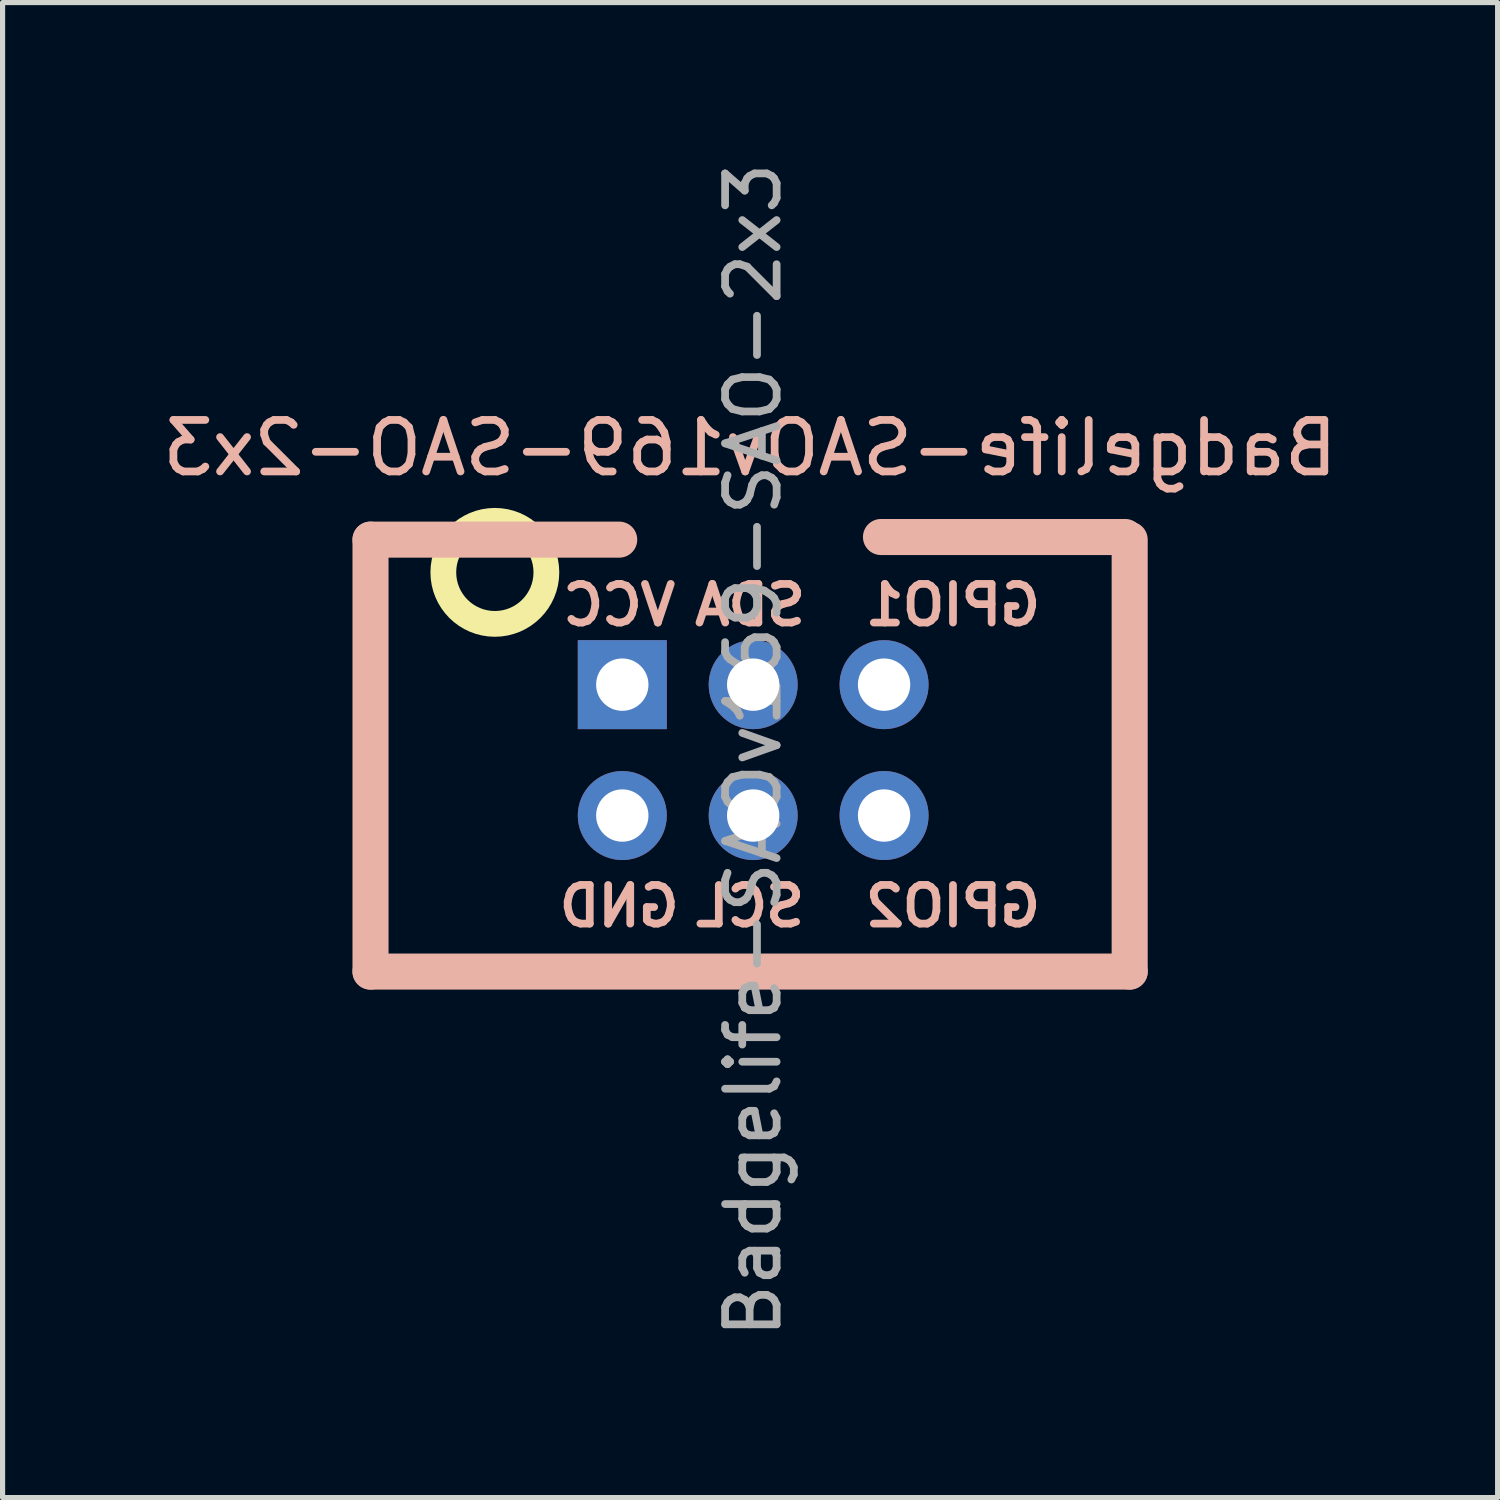
<source format=kicad_pcb>
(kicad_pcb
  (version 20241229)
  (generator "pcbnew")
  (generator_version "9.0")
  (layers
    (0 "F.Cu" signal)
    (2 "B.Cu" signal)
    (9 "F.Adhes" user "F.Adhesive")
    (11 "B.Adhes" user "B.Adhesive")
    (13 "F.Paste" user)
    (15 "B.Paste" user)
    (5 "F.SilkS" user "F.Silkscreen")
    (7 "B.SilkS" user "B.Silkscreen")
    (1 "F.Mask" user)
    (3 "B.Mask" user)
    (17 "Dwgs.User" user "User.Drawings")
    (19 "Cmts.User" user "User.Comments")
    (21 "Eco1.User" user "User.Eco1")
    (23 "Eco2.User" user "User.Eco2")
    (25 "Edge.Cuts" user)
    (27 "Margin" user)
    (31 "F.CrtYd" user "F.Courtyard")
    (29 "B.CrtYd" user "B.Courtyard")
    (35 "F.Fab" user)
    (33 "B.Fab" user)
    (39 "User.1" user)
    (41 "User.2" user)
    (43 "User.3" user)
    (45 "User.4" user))
  (footprint "Badgelife-SAOv169-SAO-2x3"
    (layer "F.Cu")
    (at 11.506 11.486)
    (property "Reference" "Badgelife-SAOv169-SAO-2x3" (at 0 -5.842 0) (layer "B.SilkS") (effects (font (size 1 1) (thickness 0.15)) (justify mirror)))
    (attr through_hole)
    (fp_circle (center -4.953 -3.429) (end -3.953 -3.429) (stroke (width 0.5) (type solid)) (fill no) (layer "F.SilkS"))
    (fp_line (start -7.366 -4.064) (end -7.366 4.318) (stroke (width 0.7) (type solid)) (layer "B.SilkS"))
    (fp_line (start -7.366 4.318) (end 7.366 4.318) (stroke (width 0.7) (type solid)) (layer "B.SilkS"))
    (fp_line (start -2.54 -4.064) (end -7.366 -4.064) (stroke (width 0.7) (type solid)) (layer "B.SilkS"))
    (fp_line (start 7.28 -4.115) (end 2.54 -4.115) (stroke (width 0.7) (type solid)) (layer "B.SilkS"))
    (fp_line (start 7.366 4.318) (end 7.366 -4.064) (stroke (width 0.7) (type solid)) (layer "B.SilkS"))
    (fp_text user "SCL" (at 0 3.048 0) (layer "B.SilkS") (effects (font (size 0.75 0.75) (thickness 0.15)) (justify mirror)))
    (fp_text user "GPIO1" (at 3.937 -2.794 0) (unlocked yes) (layer "B.SilkS") (effects (font (size 0.75 0.75) (thickness 0.15)) (justify mirror)))
    (fp_text user "GPIO2" (at 3.937 3.048 0) (layer "B.SilkS") (effects (font (size 0.75 0.75) (thickness 0.15)) (justify mirror)))
    (fp_text user "SDA" (at 0 -2.794 0) (unlocked yes) (layer "B.SilkS") (effects (font (size 0.75 0.75) (thickness 0.15)) (justify mirror)))
    (fp_text user "GND" (at -2.54 3.048 0) (unlocked yes) (layer "B.SilkS") (effects (font (size 0.75 0.75) (thickness 0.15)) (justify mirror)))
    (fp_text user "VCC" (at -2.54 -2.794 0) (unlocked yes) (layer "B.SilkS") (effects (font (size 0.75 0.75) (thickness 0.15)) (justify mirror)))
    (fp_text user "${REFERENCE}" (at 0.06 0.02 270) (layer "F.Fab") (effects (font (size 1 1) (thickness 0.15))))
    (pad "1" thru_hole rect (at -2.48 -1.25 270) (size 1.727 1.727) (drill 1.016) (layers "*.Cu" "*.Mask"))
    (pad "2" thru_hole circle (at -2.48 1.29 270) (size 1.727 1.727) (drill 1.016) (layers "*.Cu" "*.Mask"))
    (pad "3" thru_hole oval (at 0.06 -1.25 270) (size 1.727 1.727) (drill 1.016) (layers "*.Cu" "*.Mask"))
    (pad "4" thru_hole oval (at 0.06 1.29 270) (size 1.727 1.727) (drill 1.016) (layers "*.Cu" "*.Mask"))
    (pad "5" thru_hole circle (at 2.6 -1.25 270) (size 1.727 1.727) (drill 1.016) (layers "*.Cu" "*.Mask"))
    (pad "6" thru_hole circle (at 2.6 1.29 270) (size 1.727 1.727) (drill 1.016) (layers "*.Cu" "*.Mask")))
  (gr_rect
    (start -3 -3)
    (end 26.012 26.012)
    (stroke (width 0.1) (type default))
    (fill no)
    (layer "Edge.Cuts")))
</source>
